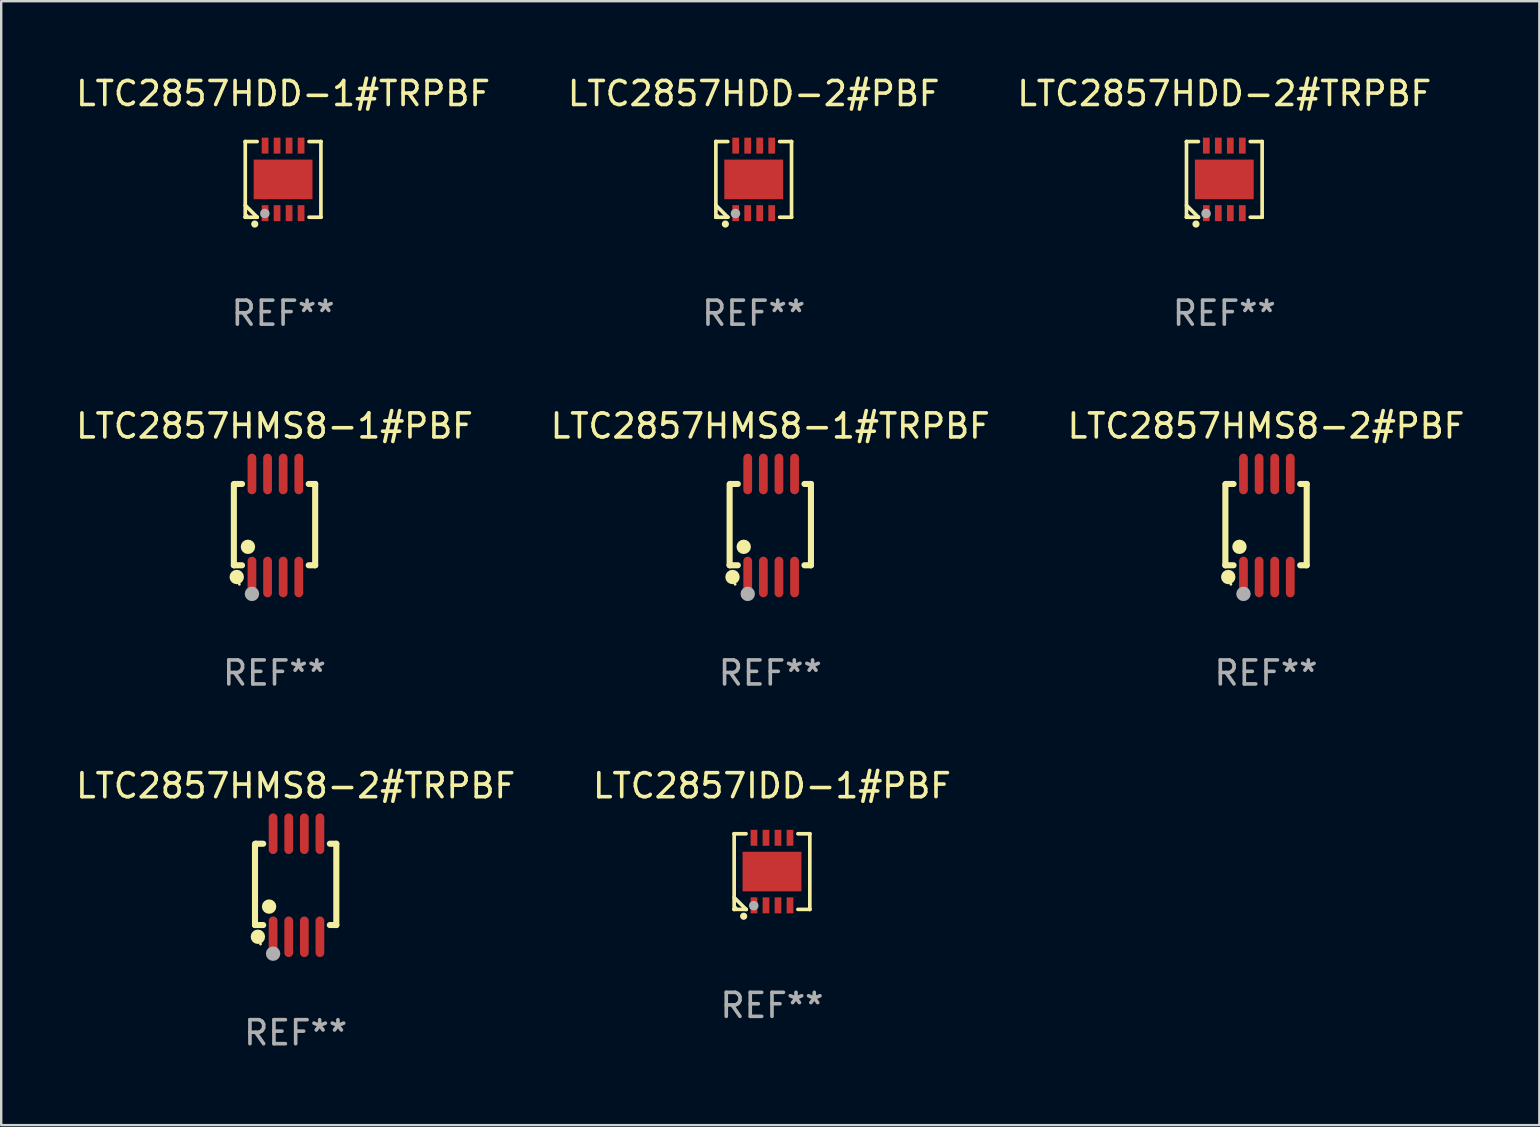
<source format=kicad_pcb>
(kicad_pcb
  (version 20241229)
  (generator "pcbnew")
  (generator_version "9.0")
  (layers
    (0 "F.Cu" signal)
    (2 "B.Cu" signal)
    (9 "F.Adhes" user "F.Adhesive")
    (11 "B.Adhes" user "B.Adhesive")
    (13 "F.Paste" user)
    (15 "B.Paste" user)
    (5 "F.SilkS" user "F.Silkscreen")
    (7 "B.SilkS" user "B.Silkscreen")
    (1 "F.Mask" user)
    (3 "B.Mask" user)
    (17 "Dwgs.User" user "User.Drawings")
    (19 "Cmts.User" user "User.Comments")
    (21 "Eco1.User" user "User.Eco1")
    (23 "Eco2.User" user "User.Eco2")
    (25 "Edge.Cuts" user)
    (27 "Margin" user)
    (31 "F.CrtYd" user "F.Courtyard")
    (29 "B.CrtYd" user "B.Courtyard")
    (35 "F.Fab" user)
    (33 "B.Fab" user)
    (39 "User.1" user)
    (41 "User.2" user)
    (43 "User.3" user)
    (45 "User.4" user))
  (footprint "LTC2857HDD-2#PBF"
    (layer "F.Cu")
    (at 28.351 4.424)
    (property "Reference" "LTC2857HDD-2#PBF" (at 0 -3.576 0) (layer "F.SilkS") (effects (font (size 1 1) (thickness 0.15))))
    (attr through_hole)
    (fp_line (start -1.576 -1.576) (end -1.576 -1.576) (stroke (width 0.152) (type solid)) (layer "F.SilkS"))
    (fp_line (start -1.576 -1.576) (end -1.08 -1.576) (stroke (width 0.152) (type solid)) (layer "F.SilkS"))
    (fp_line (start -1.576 1.576) (end -1.576 -1.576) (stroke (width 0.152) (type solid)) (layer "F.SilkS"))
    (fp_line (start -1.576 1.576) (end -1.576 1.576) (stroke (width 0.152) (type solid)) (layer "F.SilkS"))
    (fp_line (start -1.08 1.575) (end -1.576 1.079) (stroke (width 0.152) (type solid)) (layer "F.SilkS"))
    (fp_line (start -1.08 1.576) (end -1.576 1.576) (stroke (width 0.152) (type solid)) (layer "F.SilkS"))
    (fp_line (start -1.08 1.576) (end -1.08 1.575) (stroke (width 0.152) (type solid)) (layer "F.SilkS"))
    (fp_line (start 1.08 1.576) (end 1.576 1.576) (stroke (width 0.152) (type solid)) (layer "F.SilkS"))
    (fp_line (start 1.576 -1.576) (end 1.08 -1.576) (stroke (width 0.152) (type solid)) (layer "F.SilkS"))
    (fp_line (start 1.576 -1.576) (end 1.576 -1.576) (stroke (width 0.152) (type solid)) (layer "F.SilkS"))
    (fp_line (start 1.576 1.576) (end 1.576 -1.576) (stroke (width 0.152) (type solid)) (layer "F.SilkS"))
    (fp_line (start 1.576 1.576) (end 1.576 1.576) (stroke (width 0.152) (type solid)) (layer "F.SilkS"))
    (fp_circle (center -1.5 1.5) (end -1.47 1.5) (stroke (width 0.06) (type solid)) (fill no) (layer "F.SilkS"))
    (fp_circle (center -1.18 1.86) (end -1.105 1.86) (stroke (width 0.15) (type solid)) (fill no) (layer "F.SilkS"))
    (fp_circle (center -0.76 1.42) (end -0.66 1.42) (stroke (width 0.2) (type solid)) (fill no) (layer "F.Fab"))
    (fp_text user "REF**" (at 0 5.576 0) (layer "F.Fab") (effects (font (size 1 1) (thickness 0.15))))
    (pad "1" smd rect (at -0.75 1.407) (size 0.28 0.665) (layers "F.Cu" "F.Mask" "F.Paste"))
    (pad "2" smd rect (at -0.25 1.407) (size 0.28 0.665) (layers "F.Cu" "F.Mask" "F.Paste"))
    (pad "3" smd rect (at 0.25 1.407) (size 0.28 0.665) (layers "F.Cu" "F.Mask" "F.Paste"))
    (pad "4" smd rect (at 0.75 1.407) (size 0.28 0.665) (layers "F.Cu" "F.Mask" "F.Paste"))
    (pad "5" smd rect (at 0.75 -1.407) (size 0.28 0.665) (layers "F.Cu" "F.Mask" "F.Paste"))
    (pad "6" smd rect (at 0.25 -1.407) (size 0.28 0.665) (layers "F.Cu" "F.Mask" "F.Paste"))
    (pad "7" smd rect (at -0.25 -1.407) (size 0.28 0.665) (layers "F.Cu" "F.Mask" "F.Paste"))
    (pad "8" smd rect (at -0.75 -1.407) (size 0.28 0.665) (layers "F.Cu" "F.Mask" "F.Paste"))
    (pad "9" smd rect (at 0 0) (size 2.45 1.65) (layers "F.Cu" "F.Mask" "F.Paste")))
  (footprint "LTC2857HDD-1#TRPBF"
    (layer "F.Cu")
    (at 8.744 4.424)
    (property "Reference" "LTC2857HDD-1#TRPBF" (at 0 -3.576 0) (layer "F.SilkS") (effects (font (size 1 1) (thickness 0.15))))
    (attr through_hole)
    (fp_line (start -1.576 -1.576) (end -1.576 -1.576) (stroke (width 0.152) (type solid)) (layer "F.SilkS"))
    (fp_line (start -1.576 -1.576) (end -1.08 -1.576) (stroke (width 0.152) (type solid)) (layer "F.SilkS"))
    (fp_line (start -1.576 1.576) (end -1.576 -1.576) (stroke (width 0.152) (type solid)) (layer "F.SilkS"))
    (fp_line (start -1.576 1.576) (end -1.576 1.576) (stroke (width 0.152) (type solid)) (layer "F.SilkS"))
    (fp_line (start -1.08 1.575) (end -1.576 1.079) (stroke (width 0.152) (type solid)) (layer "F.SilkS"))
    (fp_line (start -1.08 1.576) (end -1.576 1.576) (stroke (width 0.152) (type solid)) (layer "F.SilkS"))
    (fp_line (start -1.08 1.576) (end -1.08 1.575) (stroke (width 0.152) (type solid)) (layer "F.SilkS"))
    (fp_line (start 1.08 1.576) (end 1.576 1.576) (stroke (width 0.152) (type solid)) (layer "F.SilkS"))
    (fp_line (start 1.576 -1.576) (end 1.08 -1.576) (stroke (width 0.152) (type solid)) (layer "F.SilkS"))
    (fp_line (start 1.576 -1.576) (end 1.576 -1.576) (stroke (width 0.152) (type solid)) (layer "F.SilkS"))
    (fp_line (start 1.576 1.576) (end 1.576 -1.576) (stroke (width 0.152) (type solid)) (layer "F.SilkS"))
    (fp_line (start 1.576 1.576) (end 1.576 1.576) (stroke (width 0.152) (type solid)) (layer "F.SilkS"))
    (fp_circle (center -1.5 1.5) (end -1.47 1.5) (stroke (width 0.06) (type solid)) (fill no) (layer "F.SilkS"))
    (fp_circle (center -1.18 1.86) (end -1.105 1.86) (stroke (width 0.15) (type solid)) (fill no) (layer "F.SilkS"))
    (fp_circle (center -0.76 1.42) (end -0.66 1.42) (stroke (width 0.2) (type solid)) (fill no) (layer "F.Fab"))
    (fp_text user "REF**" (at 0 5.576 0) (layer "F.Fab") (effects (font (size 1 1) (thickness 0.15))))
    (pad "1" smd rect (at -0.75 1.407) (size 0.28 0.665) (layers "F.Cu" "F.Mask" "F.Paste"))
    (pad "2" smd rect (at -0.25 1.407) (size 0.28 0.665) (layers "F.Cu" "F.Mask" "F.Paste"))
    (pad "3" smd rect (at 0.25 1.407) (size 0.28 0.665) (layers "F.Cu" "F.Mask" "F.Paste"))
    (pad "4" smd rect (at 0.75 1.407) (size 0.28 0.665) (layers "F.Cu" "F.Mask" "F.Paste"))
    (pad "5" smd rect (at 0.75 -1.407) (size 0.28 0.665) (layers "F.Cu" "F.Mask" "F.Paste"))
    (pad "6" smd rect (at 0.25 -1.407) (size 0.28 0.665) (layers "F.Cu" "F.Mask" "F.Paste"))
    (pad "7" smd rect (at -0.25 -1.407) (size 0.28 0.665) (layers "F.Cu" "F.Mask" "F.Paste"))
    (pad "8" smd rect (at -0.75 -1.407) (size 0.28 0.665) (layers "F.Cu" "F.Mask" "F.Paste"))
    (pad "9" smd rect (at 0 0) (size 2.45 1.65) (layers "F.Cu" "F.Mask" "F.Paste")))
  (footprint "LTC2857HMS8-2#TRPBF"
    (layer "F.Cu")
    (at 9.268 33.832)
    (property "Reference" "LTC2857HMS8-2#TRPBF" (at 0 -4.146 0) (layer "F.SilkS") (effects (font (size 1 1) (thickness 0.15))))
    (attr through_hole)
    (fp_line (start -1.694 -1.724) (end -1.694 1.652) (stroke (width 0.254) (type solid)) (layer "F.SilkS"))
    (fp_line (start -1.694 1.652) (end -1.688 1.658) (stroke (width 0.254) (type solid)) (layer "F.SilkS"))
    (fp_line (start -1.688 1.658) (end -1.353 1.658) (stroke (width 0.254) (type solid)) (layer "F.SilkS"))
    (fp_line (start -1.661 -1.73) (end -1.681 -1.71) (stroke (width 0.254) (type solid)) (layer "F.SilkS"))
    (fp_line (start -1.353 -1.73) (end -1.661 -1.73) (stroke (width 0.254) (type solid)) (layer "F.SilkS"))
    (fp_line (start 1.424 1.658) (end 1.694 1.658) (stroke (width 0.254) (type solid)) (layer "F.SilkS"))
    (fp_line (start 1.694 -1.73) (end 1.424 -1.73) (stroke (width 0.254) (type solid)) (layer "F.SilkS"))
    (fp_line (start 1.694 1.658) (end 1.694 -1.73) (stroke (width 0.254) (type solid)) (layer "F.SilkS"))
    (fp_circle (center -1.574 2.146) (end -1.424 2.146) (stroke (width 0.3) (type solid)) (fill no) (layer "F.SilkS"))
    (fp_circle (center -1.464 2.45) (end -1.434 2.45) (stroke (width 0.06) (type solid)) (fill no) (layer "F.SilkS"))
    (fp_circle (center -1.107 0.889) (end -0.957 0.889) (stroke (width 0.3) (type solid)) (fill no) (layer "F.SilkS"))
    (fp_circle (center -0.94 2.85) (end -0.789 2.85) (stroke (width 0.3) (type solid)) (fill no) (layer "F.Fab"))
    (fp_text user "REF**" (at 0 6.146 0) (layer "F.Fab") (effects (font (size 1 1) (thickness 0.15))))
    (pad "1" smd oval (at -0.94 2.146) (size 0.364 1.692) (layers "F.Cu" "F.Mask" "F.Paste"))
    (pad "2" smd oval (at -0.289 2.146) (size 0.364 1.692) (layers "F.Cu" "F.Mask" "F.Paste"))
    (pad "3" smd oval (at 0.361 2.146) (size 0.364 1.692) (layers "F.Cu" "F.Mask" "F.Paste"))
    (pad "4" smd oval (at 1.011 2.146) (size 0.364 1.692) (layers "F.Cu" "F.Mask" "F.Paste"))
    (pad "5" smd oval (at 1.011 -2.146) (size 0.364 1.692) (layers "F.Cu" "F.Mask" "F.Paste"))
    (pad "6" smd oval (at 0.361 -2.146) (size 0.364 1.692) (layers "F.Cu" "F.Mask" "F.Paste"))
    (pad "7" smd oval (at -0.289 -2.146) (size 0.364 1.692) (layers "F.Cu" "F.Mask" "F.Paste"))
    (pad "8" smd oval (at -0.94 -2.146) (size 0.364 1.692) (layers "F.Cu" "F.Mask" "F.Paste")))
  (footprint "LTC2857HDD-2#TRPBF"
    (layer "F.Cu")
    (at 47.958 4.424)
    (property "Reference" "LTC2857HDD-2#TRPBF" (at 0 -3.576 0) (layer "F.SilkS") (effects (font (size 1 1) (thickness 0.15))))
    (attr through_hole)
    (fp_line (start -1.576 -1.576) (end -1.576 -1.576) (stroke (width 0.152) (type solid)) (layer "F.SilkS"))
    (fp_line (start -1.576 -1.576) (end -1.08 -1.576) (stroke (width 0.152) (type solid)) (layer "F.SilkS"))
    (fp_line (start -1.576 1.576) (end -1.576 -1.576) (stroke (width 0.152) (type solid)) (layer "F.SilkS"))
    (fp_line (start -1.576 1.576) (end -1.576 1.576) (stroke (width 0.152) (type solid)) (layer "F.SilkS"))
    (fp_line (start -1.08 1.575) (end -1.576 1.079) (stroke (width 0.152) (type solid)) (layer "F.SilkS"))
    (fp_line (start -1.08 1.576) (end -1.576 1.576) (stroke (width 0.152) (type solid)) (layer "F.SilkS"))
    (fp_line (start -1.08 1.576) (end -1.08 1.575) (stroke (width 0.152) (type solid)) (layer "F.SilkS"))
    (fp_line (start 1.08 1.576) (end 1.576 1.576) (stroke (width 0.152) (type solid)) (layer "F.SilkS"))
    (fp_line (start 1.576 -1.576) (end 1.08 -1.576) (stroke (width 0.152) (type solid)) (layer "F.SilkS"))
    (fp_line (start 1.576 -1.576) (end 1.576 -1.576) (stroke (width 0.152) (type solid)) (layer "F.SilkS"))
    (fp_line (start 1.576 1.576) (end 1.576 -1.576) (stroke (width 0.152) (type solid)) (layer "F.SilkS"))
    (fp_line (start 1.576 1.576) (end 1.576 1.576) (stroke (width 0.152) (type solid)) (layer "F.SilkS"))
    (fp_circle (center -1.5 1.5) (end -1.47 1.5) (stroke (width 0.06) (type solid)) (fill no) (layer "F.SilkS"))
    (fp_circle (center -1.18 1.86) (end -1.105 1.86) (stroke (width 0.15) (type solid)) (fill no) (layer "F.SilkS"))
    (fp_circle (center -0.76 1.42) (end -0.66 1.42) (stroke (width 0.2) (type solid)) (fill no) (layer "F.Fab"))
    (fp_text user "REF**" (at 0 5.576 0) (layer "F.Fab") (effects (font (size 1 1) (thickness 0.15))))
    (pad "1" smd rect (at -0.75 1.407) (size 0.28 0.665) (layers "F.Cu" "F.Mask" "F.Paste"))
    (pad "2" smd rect (at -0.25 1.407) (size 0.28 0.665) (layers "F.Cu" "F.Mask" "F.Paste"))
    (pad "3" smd rect (at 0.25 1.407) (size 0.28 0.665) (layers "F.Cu" "F.Mask" "F.Paste"))
    (pad "4" smd rect (at 0.75 1.407) (size 0.28 0.665) (layers "F.Cu" "F.Mask" "F.Paste"))
    (pad "5" smd rect (at 0.75 -1.407) (size 0.28 0.665) (layers "F.Cu" "F.Mask" "F.Paste"))
    (pad "6" smd rect (at 0.25 -1.407) (size 0.28 0.665) (layers "F.Cu" "F.Mask" "F.Paste"))
    (pad "7" smd rect (at -0.25 -1.407) (size 0.28 0.665) (layers "F.Cu" "F.Mask" "F.Paste"))
    (pad "8" smd rect (at -0.75 -1.407) (size 0.28 0.665) (layers "F.Cu" "F.Mask" "F.Paste"))
    (pad "9" smd rect (at 0 0) (size 2.45 1.65) (layers "F.Cu" "F.Mask" "F.Paste")))
  (footprint "LTC2857IDD-1#PBF"
    (layer "F.Cu")
    (at 29.113 33.262)
    (property "Reference" "LTC2857IDD-1#PBF" (at 0 -3.576 0) (layer "F.SilkS") (effects (font (size 1 1) (thickness 0.15))))
    (attr through_hole)
    (fp_line (start -1.576 -1.576) (end -1.576 -1.576) (stroke (width 0.152) (type solid)) (layer "F.SilkS"))
    (fp_line (start -1.576 -1.576) (end -1.08 -1.576) (stroke (width 0.152) (type solid)) (layer "F.SilkS"))
    (fp_line (start -1.576 1.576) (end -1.576 -1.576) (stroke (width 0.152) (type solid)) (layer "F.SilkS"))
    (fp_line (start -1.576 1.576) (end -1.576 1.576) (stroke (width 0.152) (type solid)) (layer "F.SilkS"))
    (fp_line (start -1.08 1.575) (end -1.576 1.079) (stroke (width 0.152) (type solid)) (layer "F.SilkS"))
    (fp_line (start -1.08 1.576) (end -1.576 1.576) (stroke (width 0.152) (type solid)) (layer "F.SilkS"))
    (fp_line (start -1.08 1.576) (end -1.08 1.575) (stroke (width 0.152) (type solid)) (layer "F.SilkS"))
    (fp_line (start 1.08 1.576) (end 1.576 1.576) (stroke (width 0.152) (type solid)) (layer "F.SilkS"))
    (fp_line (start 1.576 -1.576) (end 1.08 -1.576) (stroke (width 0.152) (type solid)) (layer "F.SilkS"))
    (fp_line (start 1.576 -1.576) (end 1.576 -1.576) (stroke (width 0.152) (type solid)) (layer "F.SilkS"))
    (fp_line (start 1.576 1.576) (end 1.576 -1.576) (stroke (width 0.152) (type solid)) (layer "F.SilkS"))
    (fp_line (start 1.576 1.576) (end 1.576 1.576) (stroke (width 0.152) (type solid)) (layer "F.SilkS"))
    (fp_circle (center -1.5 1.5) (end -1.47 1.5) (stroke (width 0.06) (type solid)) (fill no) (layer "F.SilkS"))
    (fp_circle (center -1.18 1.86) (end -1.105 1.86) (stroke (width 0.15) (type solid)) (fill no) (layer "F.SilkS"))
    (fp_circle (center -0.76 1.42) (end -0.66 1.42) (stroke (width 0.2) (type solid)) (fill no) (layer "F.Fab"))
    (fp_text user "REF**" (at 0 5.576 0) (layer "F.Fab") (effects (font (size 1 1) (thickness 0.15))))
    (pad "1" smd rect (at -0.75 1.407) (size 0.28 0.665) (layers "F.Cu" "F.Mask" "F.Paste"))
    (pad "2" smd rect (at -0.25 1.407) (size 0.28 0.665) (layers "F.Cu" "F.Mask" "F.Paste"))
    (pad "3" smd rect (at 0.25 1.407) (size 0.28 0.665) (layers "F.Cu" "F.Mask" "F.Paste"))
    (pad "4" smd rect (at 0.75 1.407) (size 0.28 0.665) (layers "F.Cu" "F.Mask" "F.Paste"))
    (pad "5" smd rect (at 0.75 -1.407) (size 0.28 0.665) (layers "F.Cu" "F.Mask" "F.Paste"))
    (pad "6" smd rect (at 0.25 -1.407) (size 0.28 0.665) (layers "F.Cu" "F.Mask" "F.Paste"))
    (pad "7" smd rect (at -0.25 -1.407) (size 0.28 0.665) (layers "F.Cu" "F.Mask" "F.Paste"))
    (pad "8" smd rect (at -0.75 -1.407) (size 0.28 0.665) (layers "F.Cu" "F.Mask" "F.Paste"))
    (pad "9" smd rect (at 0 0) (size 2.45 1.65) (layers "F.Cu" "F.Mask" "F.Paste")))
  (footprint "LTC2857HMS8-1#PBF"
    (layer "F.Cu")
    (at 8.387 18.843)
    (property "Reference" "LTC2857HMS8-1#PBF" (at 0 -4.146 0) (layer "F.SilkS") (effects (font (size 1 1) (thickness 0.15))))
    (attr through_hole)
    (fp_line (start -1.694 -1.724) (end -1.694 1.652) (stroke (width 0.254) (type solid)) (layer "F.SilkS"))
    (fp_line (start -1.694 1.652) (end -1.688 1.658) (stroke (width 0.254) (type solid)) (layer "F.SilkS"))
    (fp_line (start -1.688 1.658) (end -1.353 1.658) (stroke (width 0.254) (type solid)) (layer "F.SilkS"))
    (fp_line (start -1.661 -1.73) (end -1.681 -1.71) (stroke (width 0.254) (type solid)) (layer "F.SilkS"))
    (fp_line (start -1.353 -1.73) (end -1.661 -1.73) (stroke (width 0.254) (type solid)) (layer "F.SilkS"))
    (fp_line (start 1.424 1.658) (end 1.694 1.658) (stroke (width 0.254) (type solid)) (layer "F.SilkS"))
    (fp_line (start 1.694 -1.73) (end 1.424 -1.73) (stroke (width 0.254) (type solid)) (layer "F.SilkS"))
    (fp_line (start 1.694 1.658) (end 1.694 -1.73) (stroke (width 0.254) (type solid)) (layer "F.SilkS"))
    (fp_circle (center -1.574 2.146) (end -1.424 2.146) (stroke (width 0.3) (type solid)) (fill no) (layer "F.SilkS"))
    (fp_circle (center -1.464 2.45) (end -1.434 2.45) (stroke (width 0.06) (type solid)) (fill no) (layer "F.SilkS"))
    (fp_circle (center -1.107 0.889) (end -0.957 0.889) (stroke (width 0.3) (type solid)) (fill no) (layer "F.SilkS"))
    (fp_circle (center -0.94 2.85) (end -0.789 2.85) (stroke (width 0.3) (type solid)) (fill no) (layer "F.Fab"))
    (fp_text user "REF**" (at 0 6.146 0) (layer "F.Fab") (effects (font (size 1 1) (thickness 0.15))))
    (pad "1" smd oval (at -0.94 2.146) (size 0.364 1.692) (layers "F.Cu" "F.Mask" "F.Paste"))
    (pad "2" smd oval (at -0.289 2.146) (size 0.364 1.692) (layers "F.Cu" "F.Mask" "F.Paste"))
    (pad "3" smd oval (at 0.361 2.146) (size 0.364 1.692) (layers "F.Cu" "F.Mask" "F.Paste"))
    (pad "4" smd oval (at 1.011 2.146) (size 0.364 1.692) (layers "F.Cu" "F.Mask" "F.Paste"))
    (pad "5" smd oval (at 1.011 -2.146) (size 0.364 1.692) (layers "F.Cu" "F.Mask" "F.Paste"))
    (pad "6" smd oval (at 0.361 -2.146) (size 0.364 1.692) (layers "F.Cu" "F.Mask" "F.Paste"))
    (pad "7" smd oval (at -0.289 -2.146) (size 0.364 1.692) (layers "F.Cu" "F.Mask" "F.Paste"))
    (pad "8" smd oval (at -0.94 -2.146) (size 0.364 1.692) (layers "F.Cu" "F.Mask" "F.Paste")))
  (footprint "LTC2857HMS8-1#TRPBF"
    (layer "F.Cu")
    (at 29.042 18.843)
    (property "Reference" "LTC2857HMS8-1#TRPBF" (at 0 -4.146 0) (layer "F.SilkS") (effects (font (size 1 1) (thickness 0.15))))
    (attr through_hole)
    (fp_line (start -1.694 -1.724) (end -1.694 1.652) (stroke (width 0.254) (type solid)) (layer "F.SilkS"))
    (fp_line (start -1.694 1.652) (end -1.688 1.658) (stroke (width 0.254) (type solid)) (layer "F.SilkS"))
    (fp_line (start -1.688 1.658) (end -1.353 1.658) (stroke (width 0.254) (type solid)) (layer "F.SilkS"))
    (fp_line (start -1.661 -1.73) (end -1.681 -1.71) (stroke (width 0.254) (type solid)) (layer "F.SilkS"))
    (fp_line (start -1.353 -1.73) (end -1.661 -1.73) (stroke (width 0.254) (type solid)) (layer "F.SilkS"))
    (fp_line (start 1.424 1.658) (end 1.694 1.658) (stroke (width 0.254) (type solid)) (layer "F.SilkS"))
    (fp_line (start 1.694 -1.73) (end 1.424 -1.73) (stroke (width 0.254) (type solid)) (layer "F.SilkS"))
    (fp_line (start 1.694 1.658) (end 1.694 -1.73) (stroke (width 0.254) (type solid)) (layer "F.SilkS"))
    (fp_circle (center -1.574 2.146) (end -1.424 2.146) (stroke (width 0.3) (type solid)) (fill no) (layer "F.SilkS"))
    (fp_circle (center -1.464 2.45) (end -1.434 2.45) (stroke (width 0.06) (type solid)) (fill no) (layer "F.SilkS"))
    (fp_circle (center -1.107 0.889) (end -0.957 0.889) (stroke (width 0.3) (type solid)) (fill no) (layer "F.SilkS"))
    (fp_circle (center -0.94 2.85) (end -0.789 2.85) (stroke (width 0.3) (type solid)) (fill no) (layer "F.Fab"))
    (fp_text user "REF**" (at 0 6.146 0) (layer "F.Fab") (effects (font (size 1 1) (thickness 0.15))))
    (pad "1" smd oval (at -0.94 2.146) (size 0.364 1.692) (layers "F.Cu" "F.Mask" "F.Paste"))
    (pad "2" smd oval (at -0.289 2.146) (size 0.364 1.692) (layers "F.Cu" "F.Mask" "F.Paste"))
    (pad "3" smd oval (at 0.361 2.146) (size 0.364 1.692) (layers "F.Cu" "F.Mask" "F.Paste"))
    (pad "4" smd oval (at 1.011 2.146) (size 0.364 1.692) (layers "F.Cu" "F.Mask" "F.Paste"))
    (pad "5" smd oval (at 1.011 -2.146) (size 0.364 1.692) (layers "F.Cu" "F.Mask" "F.Paste"))
    (pad "6" smd oval (at 0.361 -2.146) (size 0.364 1.692) (layers "F.Cu" "F.Mask" "F.Paste"))
    (pad "7" smd oval (at -0.289 -2.146) (size 0.364 1.692) (layers "F.Cu" "F.Mask" "F.Paste"))
    (pad "8" smd oval (at -0.94 -2.146) (size 0.364 1.692) (layers "F.Cu" "F.Mask" "F.Paste")))
  (footprint "LTC2857HMS8-2#PBF"
    (layer "F.Cu")
    (at 49.696 18.843)
    (property "Reference" "LTC2857HMS8-2#PBF" (at 0 -4.146 0) (layer "F.SilkS") (effects (font (size 1 1) (thickness 0.15))))
    (attr through_hole)
    (fp_line (start -1.694 -1.724) (end -1.694 1.652) (stroke (width 0.254) (type solid)) (layer "F.SilkS"))
    (fp_line (start -1.694 1.652) (end -1.688 1.658) (stroke (width 0.254) (type solid)) (layer "F.SilkS"))
    (fp_line (start -1.688 1.658) (end -1.353 1.658) (stroke (width 0.254) (type solid)) (layer "F.SilkS"))
    (fp_line (start -1.661 -1.73) (end -1.681 -1.71) (stroke (width 0.254) (type solid)) (layer "F.SilkS"))
    (fp_line (start -1.353 -1.73) (end -1.661 -1.73) (stroke (width 0.254) (type solid)) (layer "F.SilkS"))
    (fp_line (start 1.424 1.658) (end 1.694 1.658) (stroke (width 0.254) (type solid)) (layer "F.SilkS"))
    (fp_line (start 1.694 -1.73) (end 1.424 -1.73) (stroke (width 0.254) (type solid)) (layer "F.SilkS"))
    (fp_line (start 1.694 1.658) (end 1.694 -1.73) (stroke (width 0.254) (type solid)) (layer "F.SilkS"))
    (fp_circle (center -1.574 2.146) (end -1.424 2.146) (stroke (width 0.3) (type solid)) (fill no) (layer "F.SilkS"))
    (fp_circle (center -1.464 2.45) (end -1.434 2.45) (stroke (width 0.06) (type solid)) (fill no) (layer "F.SilkS"))
    (fp_circle (center -1.107 0.889) (end -0.957 0.889) (stroke (width 0.3) (type solid)) (fill no) (layer "F.SilkS"))
    (fp_circle (center -0.94 2.85) (end -0.789 2.85) (stroke (width 0.3) (type solid)) (fill no) (layer "F.Fab"))
    (fp_text user "REF**" (at 0 6.146 0) (layer "F.Fab") (effects (font (size 1 1) (thickness 0.15))))
    (pad "1" smd oval (at -0.94 2.146) (size 0.364 1.692) (layers "F.Cu" "F.Mask" "F.Paste"))
    (pad "2" smd oval (at -0.289 2.146) (size 0.364 1.692) (layers "F.Cu" "F.Mask" "F.Paste"))
    (pad "3" smd oval (at 0.361 2.146) (size 0.364 1.692) (layers "F.Cu" "F.Mask" "F.Paste"))
    (pad "4" smd oval (at 1.011 2.146) (size 0.364 1.692) (layers "F.Cu" "F.Mask" "F.Paste"))
    (pad "5" smd oval (at 1.011 -2.146) (size 0.364 1.692) (layers "F.Cu" "F.Mask" "F.Paste"))
    (pad "6" smd oval (at 0.361 -2.146) (size 0.364 1.692) (layers "F.Cu" "F.Mask" "F.Paste"))
    (pad "7" smd oval (at -0.289 -2.146) (size 0.364 1.692) (layers "F.Cu" "F.Mask" "F.Paste"))
    (pad "8" smd oval (at -0.94 -2.146) (size 0.364 1.692) (layers "F.Cu" "F.Mask" "F.Paste")))
  (gr_rect
    (start -3 -3)
    (end 61.083 43.826)
    (stroke (width 0.1) (type default))
    (fill no)
    (layer "Edge.Cuts")))
</source>
